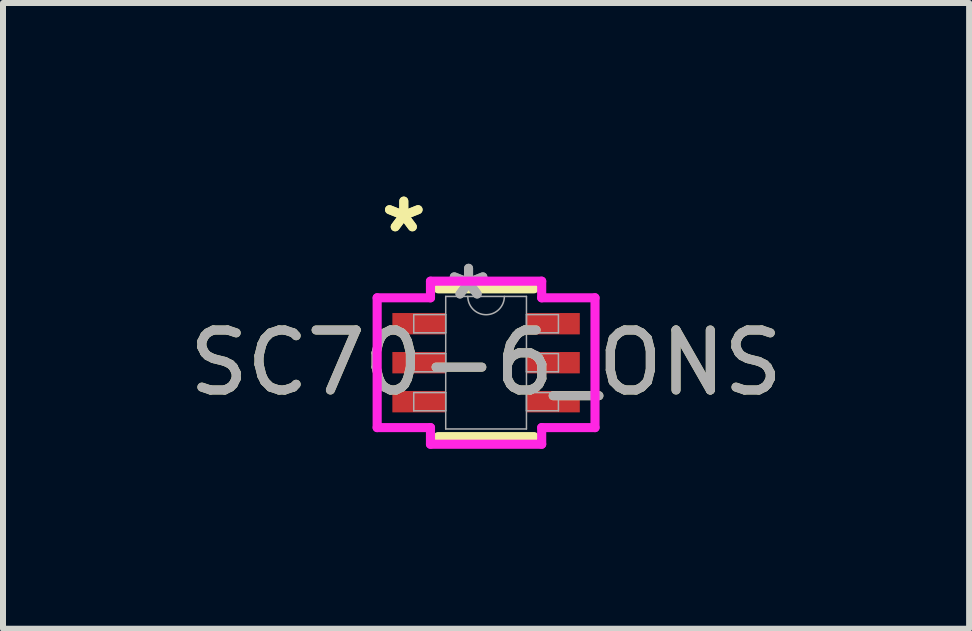
<source format=kicad_pcb>
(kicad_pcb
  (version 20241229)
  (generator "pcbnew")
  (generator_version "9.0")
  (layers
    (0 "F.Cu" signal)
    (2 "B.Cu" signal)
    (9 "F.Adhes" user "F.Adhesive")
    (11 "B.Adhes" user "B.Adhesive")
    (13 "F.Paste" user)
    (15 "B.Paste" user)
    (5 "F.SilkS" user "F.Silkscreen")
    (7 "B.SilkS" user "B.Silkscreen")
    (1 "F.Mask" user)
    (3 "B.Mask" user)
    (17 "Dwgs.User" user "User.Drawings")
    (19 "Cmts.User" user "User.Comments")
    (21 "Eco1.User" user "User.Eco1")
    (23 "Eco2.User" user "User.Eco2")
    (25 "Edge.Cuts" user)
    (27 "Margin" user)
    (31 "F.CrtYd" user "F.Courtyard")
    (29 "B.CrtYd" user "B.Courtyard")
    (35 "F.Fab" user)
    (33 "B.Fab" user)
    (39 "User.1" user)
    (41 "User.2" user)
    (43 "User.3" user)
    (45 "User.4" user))
  (footprint "SC70-6_ONS"
    (layer "F.Cu")
    (at 5.054 2.997)
    (property "Reference" "SC70-6_ONS" (at 0 0 0) (unlocked yes) (layer "F.SilkS") (effects (font (size 1 1) (thickness 0.15))))
    (attr smd)
    (fp_line (start -0.8 1.232) (end 0.8 1.232) (stroke (width 0.152) (type solid)) (layer "F.SilkS"))
    (fp_line (start 0.8 -1.232) (end -0.8 -1.232) (stroke (width 0.152) (type solid)) (layer "F.SilkS"))
    (fp_line (start -1.816 -1.082) (end -0.927 -1.082) (stroke (width 0.152) (type solid)) (layer "F.CrtYd"))
    (fp_line (start -1.816 1.082) (end -1.816 -1.082) (stroke (width 0.152) (type solid)) (layer "F.CrtYd"))
    (fp_line (start -1.816 1.082) (end -0.927 1.082) (stroke (width 0.152) (type solid)) (layer "F.CrtYd"))
    (fp_line (start -0.927 -1.359) (end 0.927 -1.359) (stroke (width 0.152) (type solid)) (layer "F.CrtYd"))
    (fp_line (start -0.927 -1.082) (end -0.927 -1.359) (stroke (width 0.152) (type solid)) (layer "F.CrtYd"))
    (fp_line (start -0.927 1.359) (end -0.927 1.082) (stroke (width 0.152) (type solid)) (layer "F.CrtYd"))
    (fp_line (start 0.927 -1.359) (end 0.927 -1.082) (stroke (width 0.152) (type solid)) (layer "F.CrtYd"))
    (fp_line (start 0.927 1.082) (end 0.927 1.359) (stroke (width 0.152) (type solid)) (layer "F.CrtYd"))
    (fp_line (start 0.927 1.359) (end -0.927 1.359) (stroke (width 0.152) (type solid)) (layer "F.CrtYd"))
    (fp_line (start 1.816 -1.082) (end 0.927 -1.082) (stroke (width 0.152) (type solid)) (layer "F.CrtYd"))
    (fp_line (start 1.816 -1.082) (end 1.816 1.082) (stroke (width 0.152) (type solid)) (layer "F.CrtYd"))
    (fp_line (start 1.816 1.082) (end 0.927 1.082) (stroke (width 0.152) (type solid)) (layer "F.CrtYd"))
    (fp_line (start -1.206 -0.802) (end -1.206 -0.498) (stroke (width 0.025) (type solid)) (layer "F.Fab"))
    (fp_line (start -1.206 -0.498) (end -0.673 -0.498) (stroke (width 0.025) (type solid)) (layer "F.Fab"))
    (fp_line (start -1.206 -0.152) (end -1.206 0.152) (stroke (width 0.025) (type solid)) (layer "F.Fab"))
    (fp_line (start -1.206 0.152) (end -0.673 0.152) (stroke (width 0.025) (type solid)) (layer "F.Fab"))
    (fp_line (start -1.206 0.498) (end -1.206 0.802) (stroke (width 0.025) (type solid)) (layer "F.Fab"))
    (fp_line (start -1.206 0.802) (end -0.673 0.802) (stroke (width 0.025) (type solid)) (layer "F.Fab"))
    (fp_line (start -0.673 -1.105) (end -0.673 1.105) (stroke (width 0.025) (type solid)) (layer "F.Fab"))
    (fp_line (start -0.673 -0.802) (end -1.206 -0.802) (stroke (width 0.025) (type solid)) (layer "F.Fab"))
    (fp_line (start -0.673 -0.498) (end -0.673 -0.802) (stroke (width 0.025) (type solid)) (layer "F.Fab"))
    (fp_line (start -0.673 -0.152) (end -1.206 -0.152) (stroke (width 0.025) (type solid)) (layer "F.Fab"))
    (fp_line (start -0.673 0.152) (end -0.673 -0.152) (stroke (width 0.025) (type solid)) (layer "F.Fab"))
    (fp_line (start -0.673 0.498) (end -1.206 0.498) (stroke (width 0.025) (type solid)) (layer "F.Fab"))
    (fp_line (start -0.673 0.802) (end -0.673 0.498) (stroke (width 0.025) (type solid)) (layer "F.Fab"))
    (fp_line (start -0.673 1.105) (end 0.673 1.105) (stroke (width 0.025) (type solid)) (layer "F.Fab"))
    (fp_line (start 0.673 -1.105) (end -0.673 -1.105) (stroke (width 0.025) (type solid)) (layer "F.Fab"))
    (fp_line (start 0.673 -0.802) (end 0.673 -0.498) (stroke (width 0.025) (type solid)) (layer "F.Fab"))
    (fp_line (start 0.673 -0.498) (end 1.206 -0.498) (stroke (width 0.025) (type solid)) (layer "F.Fab"))
    (fp_line (start 0.673 -0.152) (end 0.673 0.152) (stroke (width 0.025) (type solid)) (layer "F.Fab"))
    (fp_line (start 0.673 0.152) (end 1.206 0.152) (stroke (width 0.025) (type solid)) (layer "F.Fab"))
    (fp_line (start 0.673 0.498) (end 0.673 0.802) (stroke (width 0.025) (type solid)) (layer "F.Fab"))
    (fp_line (start 0.673 0.802) (end 1.206 0.802) (stroke (width 0.025) (type solid)) (layer "F.Fab"))
    (fp_line (start 0.673 1.105) (end 0.673 -1.105) (stroke (width 0.025) (type solid)) (layer "F.Fab"))
    (fp_line (start 1.206 -0.802) (end 0.673 -0.802) (stroke (width 0.025) (type solid)) (layer "F.Fab"))
    (fp_line (start 1.206 -0.498) (end 1.206 -0.802) (stroke (width 0.025) (type solid)) (layer "F.Fab"))
    (fp_line (start 1.206 -0.152) (end 0.673 -0.152) (stroke (width 0.025) (type solid)) (layer "F.Fab"))
    (fp_line (start 1.206 0.152) (end 1.206 -0.152) (stroke (width 0.025) (type solid)) (layer "F.Fab"))
    (fp_line (start 1.206 0.498) (end 0.673 0.498) (stroke (width 0.025) (type solid)) (layer "F.Fab"))
    (fp_line (start 1.206 0.802) (end 1.206 0.498) (stroke (width 0.025) (type solid)) (layer "F.Fab"))
    (fp_arc (start 0.3048 -1.1049) (mid 0 -0.8001) (end -0.3048 -1.1049) (stroke (width 0.0254) (type solid)) (layer "F.Fab"))
    (fp_text user "*" (at -1.372 -2.149 0) (layer "F.SilkS") (effects (font (size 1 1) (thickness 0.15))))
    (fp_text user "*" (at -1.372 -2.149 0) (unlocked yes) (layer "F.SilkS") (effects (font (size 1 1) (thickness 0.15))))
    (fp_text user "*" (at -0.292 -1.029 0) (layer "F.Fab") (effects (font (size 1 1) (thickness 0.15))))
    (fp_text user "*" (at -0.292 -1.029 0) (unlocked yes) (layer "F.Fab") (effects (font (size 1 1) (thickness 0.15))))
    (fp_text user "${REFERENCE}" (at 0 0 0) (unlocked yes) (layer "F.Fab") (effects (font (size 1 1) (thickness 0.15))))
    (pad "1" smd rect (at -1.118 -0.65) (size 0.889 0.356) (layers "F.Cu" "F.Mask" "F.Paste"))
    (pad "2" smd rect (at -1.118 0) (size 0.889 0.356) (layers "F.Cu" "F.Mask" "F.Paste"))
    (pad "3" smd rect (at -1.118 0.65) (size 0.889 0.356) (layers "F.Cu" "F.Mask" "F.Paste"))
    (pad "4" smd rect (at 1.118 0.65) (size 0.889 0.356) (layers "F.Cu" "F.Mask" "F.Paste"))
    (pad "5" smd rect (at 1.118 0) (size 0.889 0.356) (layers "F.Cu" "F.Mask" "F.Paste"))
    (pad "6" smd rect (at 1.118 -0.65) (size 0.889 0.356) (layers "F.Cu" "F.Mask" "F.Paste")))
  (gr_rect
    (start -3 -3)
    (end 13.107 7.432)
    (stroke (width 0.1) (type default))
    (fill no)
    (layer "Edge.Cuts")))
</source>
